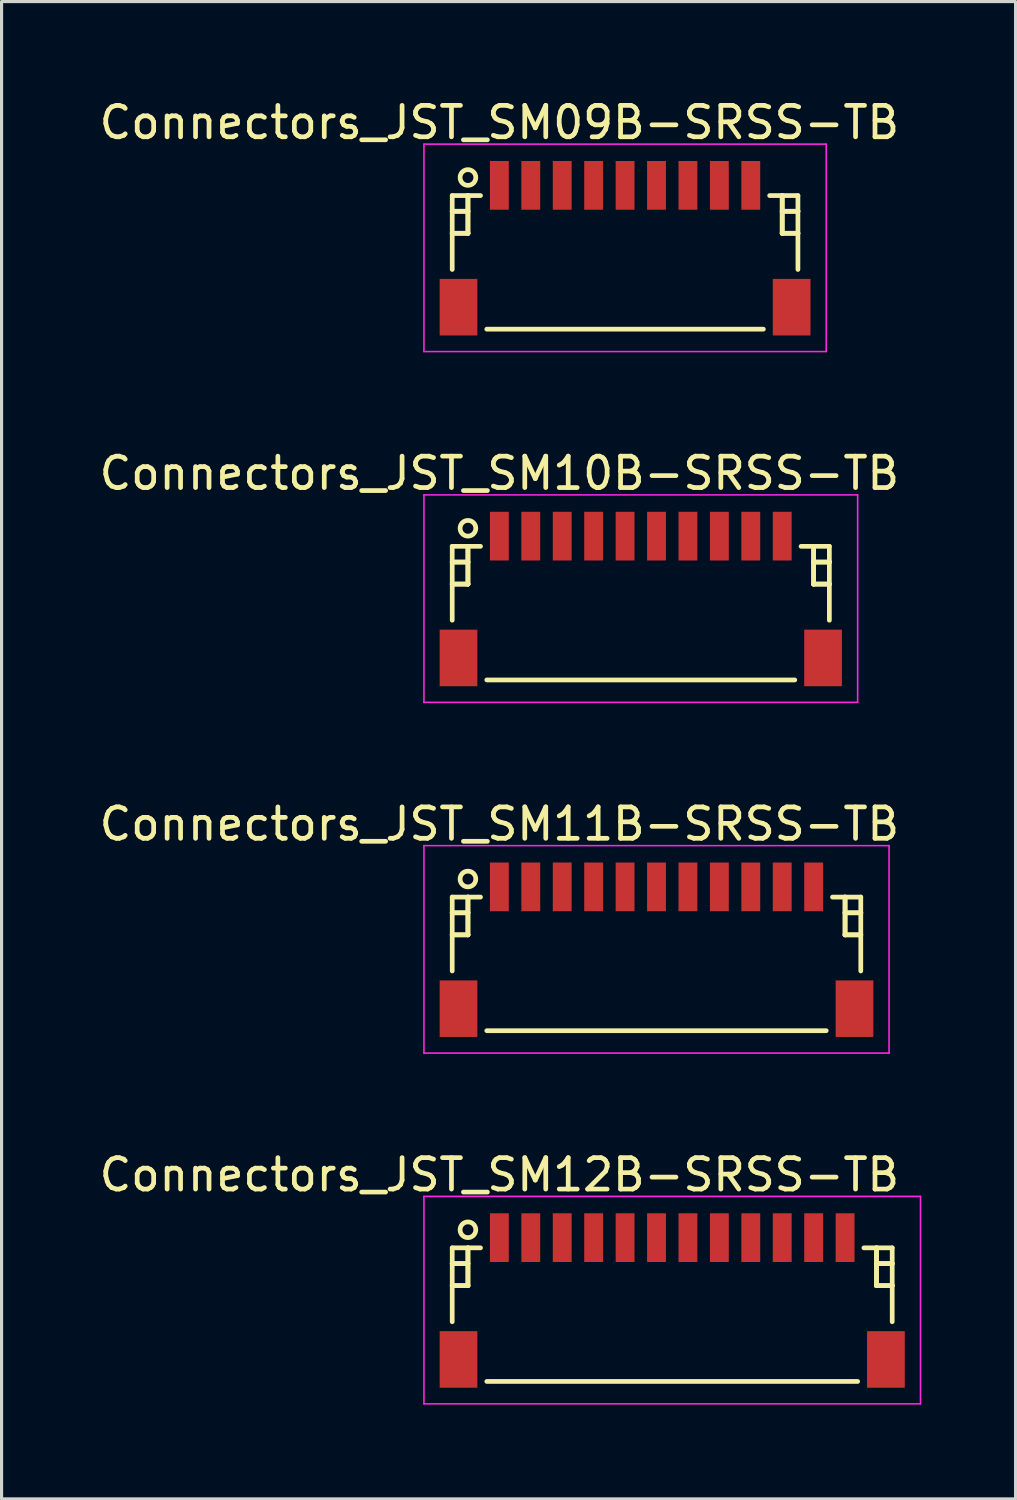
<source format=kicad_pcb>
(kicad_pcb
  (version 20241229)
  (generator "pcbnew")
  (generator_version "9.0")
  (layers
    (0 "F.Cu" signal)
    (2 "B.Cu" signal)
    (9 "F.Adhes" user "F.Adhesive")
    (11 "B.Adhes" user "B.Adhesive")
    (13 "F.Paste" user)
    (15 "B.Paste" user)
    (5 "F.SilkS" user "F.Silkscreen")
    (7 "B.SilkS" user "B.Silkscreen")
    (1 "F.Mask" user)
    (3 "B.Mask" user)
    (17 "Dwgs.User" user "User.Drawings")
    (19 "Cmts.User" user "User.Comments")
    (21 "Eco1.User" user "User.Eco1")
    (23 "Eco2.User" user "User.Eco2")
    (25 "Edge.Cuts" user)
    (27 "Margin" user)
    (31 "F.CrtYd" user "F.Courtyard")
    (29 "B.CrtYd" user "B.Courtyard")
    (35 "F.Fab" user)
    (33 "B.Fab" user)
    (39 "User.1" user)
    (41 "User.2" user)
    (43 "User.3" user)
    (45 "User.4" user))
  (footprint "Connectors_JST_SM11B-SRSS-TB"
    (layer "F.Cu")
    (at 17.839 27.107)
    (property "Reference" "Connectors_JST_SM11B-SRSS-TB" (at -5 -3.938 0) (layer "F.SilkS") (effects (font (size 1 1) (thickness 0.15))))
    (attr smd)
    (fp_line (start -6.5 -1.613) (end -5.6 -1.613) (stroke (width 0.15) (type solid)) (layer "F.SilkS"))
    (fp_line (start -6.5 -1.113) (end -6.5 -1.113) (stroke (width 0.15) (type solid)) (layer "F.SilkS"))
    (fp_line (start -6.5 -1.113) (end -6 -1.113) (stroke (width 0.15) (type solid)) (layer "F.SilkS"))
    (fp_line (start -6.5 -0.412) (end -6.5 -0.412) (stroke (width 0.15) (type solid)) (layer "F.SilkS"))
    (fp_line (start -6.5 -0.412) (end -6 -0.412) (stroke (width 0.15) (type solid)) (layer "F.SilkS"))
    (fp_line (start -6.5 0.738) (end -6.5 -1.613) (stroke (width 0.15) (type solid)) (layer "F.SilkS"))
    (fp_line (start -6 -1.613) (end -6 -1.613) (stroke (width 0.15) (type solid)) (layer "F.SilkS"))
    (fp_line (start -6 -1.613) (end -6 -0.412) (stroke (width 0.15) (type solid)) (layer "F.SilkS"))
    (fp_line (start -6 -1.113) (end -6.5 -1.113) (stroke (width 0.15) (type solid)) (layer "F.SilkS"))
    (fp_line (start -6 -1.113) (end -6 -1.113) (stroke (width 0.15) (type solid)) (layer "F.SilkS"))
    (fp_line (start -6 -0.412) (end -6.5 -0.412) (stroke (width 0.15) (type solid)) (layer "F.SilkS"))
    (fp_line (start -6 -0.412) (end -6 -1.613) (stroke (width 0.15) (type solid)) (layer "F.SilkS"))
    (fp_line (start -6 -0.412) (end -6 -0.412) (stroke (width 0.15) (type solid)) (layer "F.SilkS"))
    (fp_line (start -6 -0.412) (end -6 -0.412) (stroke (width 0.15) (type solid)) (layer "F.SilkS"))
    (fp_line (start -5.4 2.638) (end 5.4 2.638) (stroke (width 0.15) (type solid)) (layer "F.SilkS"))
    (fp_line (start 6 -1.613) (end 6 -1.613) (stroke (width 0.15) (type solid)) (layer "F.SilkS"))
    (fp_line (start 6 -1.613) (end 6 -0.412) (stroke (width 0.15) (type solid)) (layer "F.SilkS"))
    (fp_line (start 6 -1.113) (end 6 -1.113) (stroke (width 0.15) (type solid)) (layer "F.SilkS"))
    (fp_line (start 6 -1.113) (end 6.5 -1.113) (stroke (width 0.15) (type solid)) (layer "F.SilkS"))
    (fp_line (start 6 -0.412) (end 6 -1.613) (stroke (width 0.15) (type solid)) (layer "F.SilkS"))
    (fp_line (start 6 -0.412) (end 6 -0.412) (stroke (width 0.15) (type solid)) (layer "F.SilkS"))
    (fp_line (start 6 -0.412) (end 6 -0.412) (stroke (width 0.15) (type solid)) (layer "F.SilkS"))
    (fp_line (start 6 -0.412) (end 6.5 -0.412) (stroke (width 0.15) (type solid)) (layer "F.SilkS"))
    (fp_line (start 6.5 -1.613) (end 5.6 -1.613) (stroke (width 0.15) (type solid)) (layer "F.SilkS"))
    (fp_line (start 6.5 -1.113) (end 6 -1.113) (stroke (width 0.15) (type solid)) (layer "F.SilkS"))
    (fp_line (start 6.5 -1.113) (end 6.5 -1.113) (stroke (width 0.15) (type solid)) (layer "F.SilkS"))
    (fp_line (start 6.5 -0.412) (end 6 -0.412) (stroke (width 0.15) (type solid)) (layer "F.SilkS"))
    (fp_line (start 6.5 -0.412) (end 6.5 -0.412) (stroke (width 0.15) (type solid)) (layer "F.SilkS"))
    (fp_line (start 6.5 0.738) (end 6.5 -1.613) (stroke (width 0.15) (type solid)) (layer "F.SilkS"))
    (fp_circle (center -6 -2.188) (end -5.75 -2.188) (stroke (width 0.15) (type solid)) (fill no) (layer "F.SilkS"))
    (fp_line (start -7.4 -3.25) (end 7.4 -3.25) (stroke (width 0.05) (type solid)) (layer "F.CrtYd"))
    (fp_line (start -7.4 3.35) (end -7.4 -3.25) (stroke (width 0.05) (type solid)) (layer "F.CrtYd"))
    (fp_line (start 7.4 -3.25) (end 7.4 3.35) (stroke (width 0.05) (type solid)) (layer "F.CrtYd"))
    (fp_line (start 7.4 3.35) (end -7.4 3.35) (stroke (width 0.05) (type solid)) (layer "F.CrtYd"))
    (pad "" smd rect (at -6.3 1.938) (size 1.2 1.8) (layers "F.Cu" "F.Mask" "F.Paste"))
    (pad "" smd rect (at 6.3 1.938) (size 1.2 1.8) (layers "F.Cu" "F.Mask" "F.Paste"))
    (pad "1" smd rect (at -5 -1.938) (size 0.6 1.55) (layers "F.Cu" "F.Mask" "F.Paste"))
    (pad "2" smd rect (at -4 -1.938) (size 0.6 1.55) (layers "F.Cu" "F.Mask" "F.Paste"))
    (pad "3" smd rect (at -3 -1.938) (size 0.6 1.55) (layers "F.Cu" "F.Mask" "F.Paste"))
    (pad "4" smd rect (at -2 -1.938) (size 0.6 1.55) (layers "F.Cu" "F.Mask" "F.Paste"))
    (pad "5" smd rect (at -1 -1.938) (size 0.6 1.55) (layers "F.Cu" "F.Mask" "F.Paste"))
    (pad "6" smd rect (at 0 -1.938) (size 0.6 1.55) (layers "F.Cu" "F.Mask" "F.Paste"))
    (pad "7" smd rect (at 1 -1.938) (size 0.6 1.55) (layers "F.Cu" "F.Mask" "F.Paste"))
    (pad "8" smd rect (at 2 -1.938) (size 0.6 1.55) (layers "F.Cu" "F.Mask" "F.Paste"))
    (pad "9" smd rect (at 3 -1.938) (size 0.6 1.55) (layers "F.Cu" "F.Mask" "F.Paste"))
    (pad "10" smd rect (at 4 -1.938) (size 0.6 1.55) (layers "F.Cu" "F.Mask" "F.Paste"))
    (pad "11" smd rect (at 5 -1.938) (size 0.6 1.55) (layers "F.Cu" "F.Mask" "F.Paste")))
  (footprint "Connectors_JST_SM12B-SRSS-TB"
    (layer "F.Cu")
    (at 18.339 38.268)
    (property "Reference" "Connectors_JST_SM12B-SRSS-TB" (at -5.5 -3.938 0) (layer "F.SilkS") (effects (font (size 1 1) (thickness 0.15))))
    (attr smd)
    (fp_line (start -7 -1.613) (end -6.1 -1.613) (stroke (width 0.15) (type solid)) (layer "F.SilkS"))
    (fp_line (start -7 -1.113) (end -7 -1.113) (stroke (width 0.15) (type solid)) (layer "F.SilkS"))
    (fp_line (start -7 -1.113) (end -6.5 -1.113) (stroke (width 0.15) (type solid)) (layer "F.SilkS"))
    (fp_line (start -7 -0.412) (end -7 -0.412) (stroke (width 0.15) (type solid)) (layer "F.SilkS"))
    (fp_line (start -7 -0.412) (end -6.5 -0.412) (stroke (width 0.15) (type solid)) (layer "F.SilkS"))
    (fp_line (start -7 0.738) (end -7 -1.613) (stroke (width 0.15) (type solid)) (layer "F.SilkS"))
    (fp_line (start -6.5 -1.613) (end -6.5 -1.613) (stroke (width 0.15) (type solid)) (layer "F.SilkS"))
    (fp_line (start -6.5 -1.613) (end -6.5 -0.412) (stroke (width 0.15) (type solid)) (layer "F.SilkS"))
    (fp_line (start -6.5 -1.113) (end -7 -1.113) (stroke (width 0.15) (type solid)) (layer "F.SilkS"))
    (fp_line (start -6.5 -1.113) (end -6.5 -1.113) (stroke (width 0.15) (type solid)) (layer "F.SilkS"))
    (fp_line (start -6.5 -0.412) (end -7 -0.412) (stroke (width 0.15) (type solid)) (layer "F.SilkS"))
    (fp_line (start -6.5 -0.412) (end -6.5 -1.613) (stroke (width 0.15) (type solid)) (layer "F.SilkS"))
    (fp_line (start -6.5 -0.412) (end -6.5 -0.412) (stroke (width 0.15) (type solid)) (layer "F.SilkS"))
    (fp_line (start -6.5 -0.412) (end -6.5 -0.412) (stroke (width 0.15) (type solid)) (layer "F.SilkS"))
    (fp_line (start -5.9 2.638) (end 5.9 2.638) (stroke (width 0.15) (type solid)) (layer "F.SilkS"))
    (fp_line (start 6.5 -1.613) (end 6.5 -1.613) (stroke (width 0.15) (type solid)) (layer "F.SilkS"))
    (fp_line (start 6.5 -1.613) (end 6.5 -0.412) (stroke (width 0.15) (type solid)) (layer "F.SilkS"))
    (fp_line (start 6.5 -1.113) (end 6.5 -1.113) (stroke (width 0.15) (type solid)) (layer "F.SilkS"))
    (fp_line (start 6.5 -1.113) (end 7 -1.113) (stroke (width 0.15) (type solid)) (layer "F.SilkS"))
    (fp_line (start 6.5 -0.412) (end 6.5 -1.613) (stroke (width 0.15) (type solid)) (layer "F.SilkS"))
    (fp_line (start 6.5 -0.412) (end 6.5 -0.412) (stroke (width 0.15) (type solid)) (layer "F.SilkS"))
    (fp_line (start 6.5 -0.412) (end 6.5 -0.412) (stroke (width 0.15) (type solid)) (layer "F.SilkS"))
    (fp_line (start 6.5 -0.412) (end 7 -0.412) (stroke (width 0.15) (type solid)) (layer "F.SilkS"))
    (fp_line (start 7 -1.613) (end 6.1 -1.613) (stroke (width 0.15) (type solid)) (layer "F.SilkS"))
    (fp_line (start 7 -1.113) (end 6.5 -1.113) (stroke (width 0.15) (type solid)) (layer "F.SilkS"))
    (fp_line (start 7 -1.113) (end 7 -1.113) (stroke (width 0.15) (type solid)) (layer "F.SilkS"))
    (fp_line (start 7 -0.412) (end 6.5 -0.412) (stroke (width 0.15) (type solid)) (layer "F.SilkS"))
    (fp_line (start 7 -0.412) (end 7 -0.412) (stroke (width 0.15) (type solid)) (layer "F.SilkS"))
    (fp_line (start 7 0.738) (end 7 -1.613) (stroke (width 0.15) (type solid)) (layer "F.SilkS"))
    (fp_circle (center -6.5 -2.188) (end -6.25 -2.188) (stroke (width 0.15) (type solid)) (fill no) (layer "F.SilkS"))
    (fp_line (start -7.9 -3.25) (end 7.9 -3.25) (stroke (width 0.05) (type solid)) (layer "F.CrtYd"))
    (fp_line (start -7.9 3.35) (end -7.9 -3.25) (stroke (width 0.05) (type solid)) (layer "F.CrtYd"))
    (fp_line (start 7.9 -3.25) (end 7.9 3.35) (stroke (width 0.05) (type solid)) (layer "F.CrtYd"))
    (fp_line (start 7.9 3.35) (end -7.9 3.35) (stroke (width 0.05) (type solid)) (layer "F.CrtYd"))
    (pad "" smd rect (at -6.8 1.938) (size 1.2 1.8) (layers "F.Cu" "F.Mask" "F.Paste"))
    (pad "" smd rect (at 6.8 1.938) (size 1.2 1.8) (layers "F.Cu" "F.Mask" "F.Paste"))
    (pad "1" smd rect (at -5.5 -1.938) (size 0.6 1.55) (layers "F.Cu" "F.Mask" "F.Paste"))
    (pad "2" smd rect (at -4.5 -1.938) (size 0.6 1.55) (layers "F.Cu" "F.Mask" "F.Paste"))
    (pad "3" smd rect (at -3.5 -1.938) (size 0.6 1.55) (layers "F.Cu" "F.Mask" "F.Paste"))
    (pad "4" smd rect (at -2.5 -1.938) (size 0.6 1.55) (layers "F.Cu" "F.Mask" "F.Paste"))
    (pad "5" smd rect (at -1.5 -1.938) (size 0.6 1.55) (layers "F.Cu" "F.Mask" "F.Paste"))
    (pad "6" smd rect (at -0.5 -1.938) (size 0.6 1.55) (layers "F.Cu" "F.Mask" "F.Paste"))
    (pad "7" smd rect (at 0.5 -1.938) (size 0.6 1.55) (layers "F.Cu" "F.Mask" "F.Paste"))
    (pad "8" smd rect (at 1.5 -1.938) (size 0.6 1.55) (layers "F.Cu" "F.Mask" "F.Paste"))
    (pad "9" smd rect (at 2.5 -1.938) (size 0.6 1.55) (layers "F.Cu" "F.Mask" "F.Paste"))
    (pad "10" smd rect (at 3.5 -1.938) (size 0.6 1.55) (layers "F.Cu" "F.Mask" "F.Paste"))
    (pad "11" smd rect (at 4.5 -1.938) (size 0.6 1.55) (layers "F.Cu" "F.Mask" "F.Paste"))
    (pad "12" smd rect (at 5.5 -1.938) (size 0.6 1.55) (layers "F.Cu" "F.Mask" "F.Paste")))
  (footprint "Connectors_JST_SM10B-SRSS-TB"
    (layer "F.Cu")
    (at 17.339 15.947)
    (property "Reference" "Connectors_JST_SM10B-SRSS-TB" (at -4.5 -3.938 0) (layer "F.SilkS") (effects (font (size 1 1) (thickness 0.15))))
    (attr smd)
    (fp_line (start -6 -1.613) (end -5.1 -1.613) (stroke (width 0.15) (type solid)) (layer "F.SilkS"))
    (fp_line (start -6 -1.113) (end -6 -1.113) (stroke (width 0.15) (type solid)) (layer "F.SilkS"))
    (fp_line (start -6 -1.113) (end -5.5 -1.113) (stroke (width 0.15) (type solid)) (layer "F.SilkS"))
    (fp_line (start -6 -0.412) (end -6 -0.412) (stroke (width 0.15) (type solid)) (layer "F.SilkS"))
    (fp_line (start -6 -0.412) (end -5.5 -0.412) (stroke (width 0.15) (type solid)) (layer "F.SilkS"))
    (fp_line (start -6 0.738) (end -6 -1.613) (stroke (width 0.15) (type solid)) (layer "F.SilkS"))
    (fp_line (start -5.5 -1.613) (end -5.5 -1.613) (stroke (width 0.15) (type solid)) (layer "F.SilkS"))
    (fp_line (start -5.5 -1.613) (end -5.5 -0.412) (stroke (width 0.15) (type solid)) (layer "F.SilkS"))
    (fp_line (start -5.5 -1.113) (end -6 -1.113) (stroke (width 0.15) (type solid)) (layer "F.SilkS"))
    (fp_line (start -5.5 -1.113) (end -5.5 -1.113) (stroke (width 0.15) (type solid)) (layer "F.SilkS"))
    (fp_line (start -5.5 -0.412) (end -6 -0.412) (stroke (width 0.15) (type solid)) (layer "F.SilkS"))
    (fp_line (start -5.5 -0.412) (end -5.5 -1.613) (stroke (width 0.15) (type solid)) (layer "F.SilkS"))
    (fp_line (start -5.5 -0.412) (end -5.5 -0.412) (stroke (width 0.15) (type solid)) (layer "F.SilkS"))
    (fp_line (start -5.5 -0.412) (end -5.5 -0.412) (stroke (width 0.15) (type solid)) (layer "F.SilkS"))
    (fp_line (start -4.9 2.638) (end 4.9 2.638) (stroke (width 0.15) (type solid)) (layer "F.SilkS"))
    (fp_line (start 5.5 -1.613) (end 5.5 -1.613) (stroke (width 0.15) (type solid)) (layer "F.SilkS"))
    (fp_line (start 5.5 -1.613) (end 5.5 -0.412) (stroke (width 0.15) (type solid)) (layer "F.SilkS"))
    (fp_line (start 5.5 -1.113) (end 5.5 -1.113) (stroke (width 0.15) (type solid)) (layer "F.SilkS"))
    (fp_line (start 5.5 -1.113) (end 6 -1.113) (stroke (width 0.15) (type solid)) (layer "F.SilkS"))
    (fp_line (start 5.5 -0.412) (end 5.5 -1.613) (stroke (width 0.15) (type solid)) (layer "F.SilkS"))
    (fp_line (start 5.5 -0.412) (end 5.5 -0.412) (stroke (width 0.15) (type solid)) (layer "F.SilkS"))
    (fp_line (start 5.5 -0.412) (end 5.5 -0.412) (stroke (width 0.15) (type solid)) (layer "F.SilkS"))
    (fp_line (start 5.5 -0.412) (end 6 -0.412) (stroke (width 0.15) (type solid)) (layer "F.SilkS"))
    (fp_line (start 6 -1.613) (end 5.1 -1.613) (stroke (width 0.15) (type solid)) (layer "F.SilkS"))
    (fp_line (start 6 -1.113) (end 5.5 -1.113) (stroke (width 0.15) (type solid)) (layer "F.SilkS"))
    (fp_line (start 6 -1.113) (end 6 -1.113) (stroke (width 0.15) (type solid)) (layer "F.SilkS"))
    (fp_line (start 6 -0.412) (end 5.5 -0.412) (stroke (width 0.15) (type solid)) (layer "F.SilkS"))
    (fp_line (start 6 -0.412) (end 6 -0.412) (stroke (width 0.15) (type solid)) (layer "F.SilkS"))
    (fp_line (start 6 0.738) (end 6 -1.613) (stroke (width 0.15) (type solid)) (layer "F.SilkS"))
    (fp_circle (center -5.5 -2.188) (end -5.25 -2.188) (stroke (width 0.15) (type solid)) (fill no) (layer "F.SilkS"))
    (fp_line (start -6.9 -3.25) (end 6.9 -3.25) (stroke (width 0.05) (type solid)) (layer "F.CrtYd"))
    (fp_line (start -6.9 3.35) (end -6.9 -3.25) (stroke (width 0.05) (type solid)) (layer "F.CrtYd"))
    (fp_line (start 6.9 -3.25) (end 6.9 3.35) (stroke (width 0.05) (type solid)) (layer "F.CrtYd"))
    (fp_line (start 6.9 3.35) (end -6.9 3.35) (stroke (width 0.05) (type solid)) (layer "F.CrtYd"))
    (pad "" smd rect (at -5.8 1.938) (size 1.2 1.8) (layers "F.Cu" "F.Mask" "F.Paste"))
    (pad "" smd rect (at 5.8 1.938) (size 1.2 1.8) (layers "F.Cu" "F.Mask" "F.Paste"))
    (pad "1" smd rect (at -4.5 -1.938) (size 0.6 1.55) (layers "F.Cu" "F.Mask" "F.Paste"))
    (pad "2" smd rect (at -3.5 -1.938) (size 0.6 1.55) (layers "F.Cu" "F.Mask" "F.Paste"))
    (pad "3" smd rect (at -2.5 -1.938) (size 0.6 1.55) (layers "F.Cu" "F.Mask" "F.Paste"))
    (pad "4" smd rect (at -1.5 -1.938) (size 0.6 1.55) (layers "F.Cu" "F.Mask" "F.Paste"))
    (pad "5" smd rect (at -0.5 -1.938) (size 0.6 1.55) (layers "F.Cu" "F.Mask" "F.Paste"))
    (pad "6" smd rect (at 0.5 -1.938) (size 0.6 1.55) (layers "F.Cu" "F.Mask" "F.Paste"))
    (pad "7" smd rect (at 1.5 -1.938) (size 0.6 1.55) (layers "F.Cu" "F.Mask" "F.Paste"))
    (pad "8" smd rect (at 2.5 -1.938) (size 0.6 1.55) (layers "F.Cu" "F.Mask" "F.Paste"))
    (pad "9" smd rect (at 3.5 -1.938) (size 0.6 1.55) (layers "F.Cu" "F.Mask" "F.Paste"))
    (pad "10" smd rect (at 4.5 -1.938) (size 0.6 1.55) (layers "F.Cu" "F.Mask" "F.Paste")))
  (footprint "Connectors_JST_SM09B-SRSS-TB"
    (layer "F.Cu")
    (at 16.839 4.786)
    (property "Reference" "Connectors_JST_SM09B-SRSS-TB" (at -4 -3.938 0) (layer "F.SilkS") (effects (font (size 1 1) (thickness 0.15))))
    (attr smd)
    (fp_line (start -5.5 -1.613) (end -4.6 -1.613) (stroke (width 0.15) (type solid)) (layer "F.SilkS"))
    (fp_line (start -5.5 -1.113) (end -5.5 -1.113) (stroke (width 0.15) (type solid)) (layer "F.SilkS"))
    (fp_line (start -5.5 -1.113) (end -5 -1.113) (stroke (width 0.15) (type solid)) (layer "F.SilkS"))
    (fp_line (start -5.5 -0.412) (end -5.5 -0.412) (stroke (width 0.15) (type solid)) (layer "F.SilkS"))
    (fp_line (start -5.5 -0.412) (end -5 -0.412) (stroke (width 0.15) (type solid)) (layer "F.SilkS"))
    (fp_line (start -5.5 0.738) (end -5.5 -1.613) (stroke (width 0.15) (type solid)) (layer "F.SilkS"))
    (fp_line (start -5 -1.613) (end -5 -1.613) (stroke (width 0.15) (type solid)) (layer "F.SilkS"))
    (fp_line (start -5 -1.613) (end -5 -0.412) (stroke (width 0.15) (type solid)) (layer "F.SilkS"))
    (fp_line (start -5 -1.113) (end -5.5 -1.113) (stroke (width 0.15) (type solid)) (layer "F.SilkS"))
    (fp_line (start -5 -1.113) (end -5 -1.113) (stroke (width 0.15) (type solid)) (layer "F.SilkS"))
    (fp_line (start -5 -0.412) (end -5.5 -0.412) (stroke (width 0.15) (type solid)) (layer "F.SilkS"))
    (fp_line (start -5 -0.412) (end -5 -1.613) (stroke (width 0.15) (type solid)) (layer "F.SilkS"))
    (fp_line (start -5 -0.412) (end -5 -0.412) (stroke (width 0.15) (type solid)) (layer "F.SilkS"))
    (fp_line (start -5 -0.412) (end -5 -0.412) (stroke (width 0.15) (type solid)) (layer "F.SilkS"))
    (fp_line (start -4.4 2.638) (end 4.4 2.638) (stroke (width 0.15) (type solid)) (layer "F.SilkS"))
    (fp_line (start 5 -1.613) (end 5 -1.613) (stroke (width 0.15) (type solid)) (layer "F.SilkS"))
    (fp_line (start 5 -1.613) (end 5 -0.412) (stroke (width 0.15) (type solid)) (layer "F.SilkS"))
    (fp_line (start 5 -1.113) (end 5 -1.113) (stroke (width 0.15) (type solid)) (layer "F.SilkS"))
    (fp_line (start 5 -1.113) (end 5.5 -1.113) (stroke (width 0.15) (type solid)) (layer "F.SilkS"))
    (fp_line (start 5 -0.412) (end 5 -1.613) (stroke (width 0.15) (type solid)) (layer "F.SilkS"))
    (fp_line (start 5 -0.412) (end 5 -0.412) (stroke (width 0.15) (type solid)) (layer "F.SilkS"))
    (fp_line (start 5 -0.412) (end 5 -0.412) (stroke (width 0.15) (type solid)) (layer "F.SilkS"))
    (fp_line (start 5 -0.412) (end 5.5 -0.412) (stroke (width 0.15) (type solid)) (layer "F.SilkS"))
    (fp_line (start 5.5 -1.613) (end 4.6 -1.613) (stroke (width 0.15) (type solid)) (layer "F.SilkS"))
    (fp_line (start 5.5 -1.113) (end 5 -1.113) (stroke (width 0.15) (type solid)) (layer "F.SilkS"))
    (fp_line (start 5.5 -1.113) (end 5.5 -1.113) (stroke (width 0.15) (type solid)) (layer "F.SilkS"))
    (fp_line (start 5.5 -0.412) (end 5 -0.412) (stroke (width 0.15) (type solid)) (layer "F.SilkS"))
    (fp_line (start 5.5 -0.412) (end 5.5 -0.412) (stroke (width 0.15) (type solid)) (layer "F.SilkS"))
    (fp_line (start 5.5 0.738) (end 5.5 -1.613) (stroke (width 0.15) (type solid)) (layer "F.SilkS"))
    (fp_circle (center -5 -2.188) (end -4.75 -2.188) (stroke (width 0.15) (type solid)) (fill no) (layer "F.SilkS"))
    (fp_line (start -6.4 -3.25) (end 6.4 -3.25) (stroke (width 0.05) (type solid)) (layer "F.CrtYd"))
    (fp_line (start -6.4 3.35) (end -6.4 -3.25) (stroke (width 0.05) (type solid)) (layer "F.CrtYd"))
    (fp_line (start 6.4 -3.25) (end 6.4 3.35) (stroke (width 0.05) (type solid)) (layer "F.CrtYd"))
    (fp_line (start 6.4 3.35) (end -6.4 3.35) (stroke (width 0.05) (type solid)) (layer "F.CrtYd"))
    (pad "" smd rect (at -5.3 1.938) (size 1.2 1.8) (layers "F.Cu" "F.Mask" "F.Paste"))
    (pad "" smd rect (at 5.3 1.938) (size 1.2 1.8) (layers "F.Cu" "F.Mask" "F.Paste"))
    (pad "1" smd rect (at -4 -1.938) (size 0.6 1.55) (layers "F.Cu" "F.Mask" "F.Paste"))
    (pad "2" smd rect (at -3 -1.938) (size 0.6 1.55) (layers "F.Cu" "F.Mask" "F.Paste"))
    (pad "3" smd rect (at -2 -1.938) (size 0.6 1.55) (layers "F.Cu" "F.Mask" "F.Paste"))
    (pad "4" smd rect (at -1 -1.938) (size 0.6 1.55) (layers "F.Cu" "F.Mask" "F.Paste"))
    (pad "5" smd rect (at 0 -1.938) (size 0.6 1.55) (layers "F.Cu" "F.Mask" "F.Paste"))
    (pad "6" smd rect (at 1 -1.938) (size 0.6 1.55) (layers "F.Cu" "F.Mask" "F.Paste"))
    (pad "7" smd rect (at 2 -1.938) (size 0.6 1.55) (layers "F.Cu" "F.Mask" "F.Paste"))
    (pad "8" smd rect (at 3 -1.938) (size 0.6 1.55) (layers "F.Cu" "F.Mask" "F.Paste"))
    (pad "9" smd rect (at 4 -1.938) (size 0.6 1.55) (layers "F.Cu" "F.Mask" "F.Paste")))
  (gr_rect
    (start -3 -3)
    (end 29.264 44.643)
    (stroke (width 0.1) (type default))
    (fill no)
    (layer "Edge.Cuts")))
</source>
